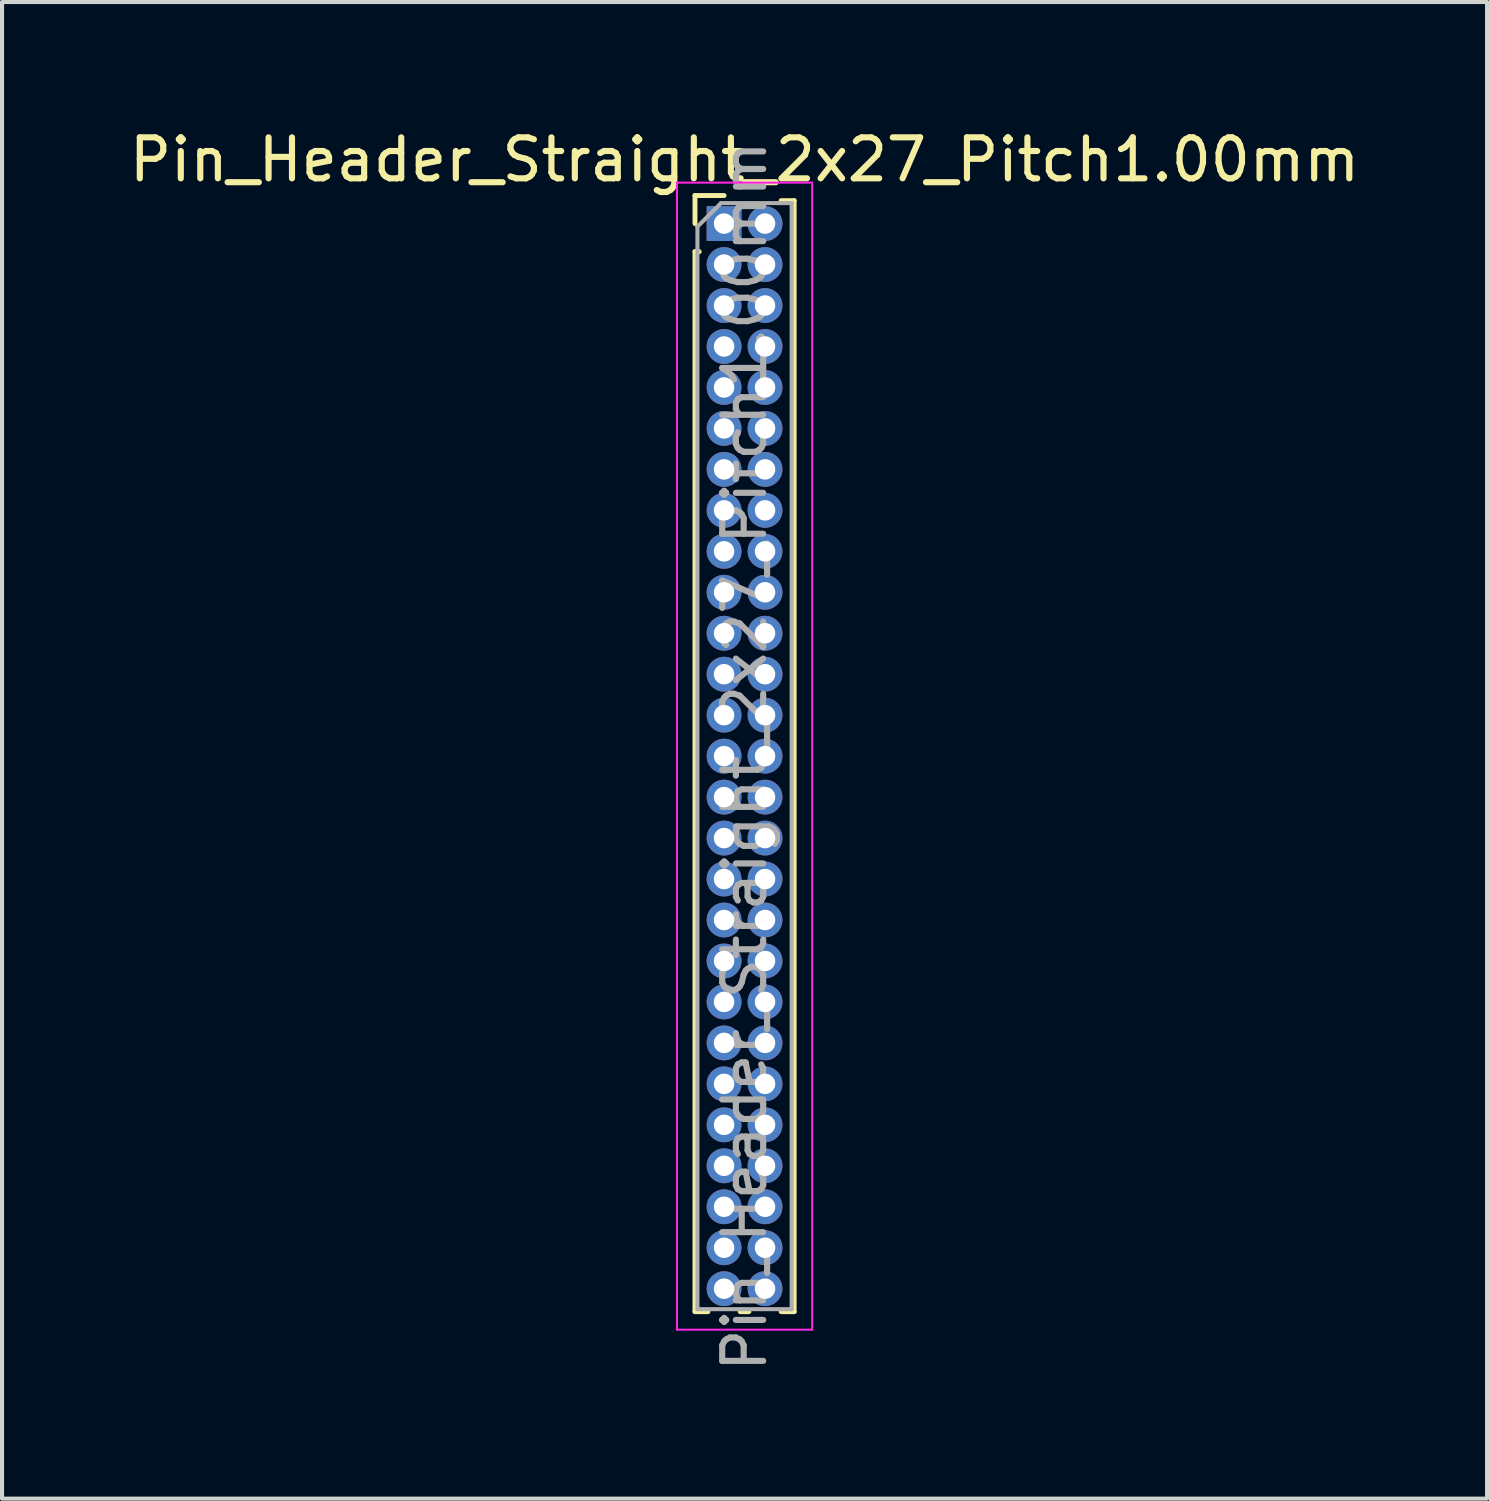
<source format=kicad_pcb>
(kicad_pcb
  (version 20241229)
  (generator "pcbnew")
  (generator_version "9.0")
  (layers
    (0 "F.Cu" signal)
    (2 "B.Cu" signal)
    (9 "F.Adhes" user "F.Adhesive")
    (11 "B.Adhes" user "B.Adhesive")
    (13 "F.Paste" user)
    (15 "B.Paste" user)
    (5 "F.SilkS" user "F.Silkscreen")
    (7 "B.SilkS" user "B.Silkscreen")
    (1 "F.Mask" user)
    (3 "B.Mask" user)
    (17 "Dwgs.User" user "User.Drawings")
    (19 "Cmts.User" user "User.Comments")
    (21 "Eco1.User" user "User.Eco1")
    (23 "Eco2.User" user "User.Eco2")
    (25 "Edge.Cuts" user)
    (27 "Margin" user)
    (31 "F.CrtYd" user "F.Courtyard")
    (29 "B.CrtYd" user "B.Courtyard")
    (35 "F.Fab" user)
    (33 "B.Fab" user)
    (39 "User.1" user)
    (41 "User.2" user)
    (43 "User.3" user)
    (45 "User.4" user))
  (footprint "Pin_Header_Straight_2x27_Pitch1.00mm"
    (layer "F.Cu")
    (at 14.625 2.408)
    (property "Reference" "Pin_Header_Straight_2x27_Pitch1.00mm" (at 0.5 -1.56 0) (layer "F.SilkS") (effects (font (size 1 1) (thickness 0.15))))
    (attr through_hole)
    (fp_line (start -0.71 -0.685) (end 0 -0.685) (stroke (width 0.12) (type solid)) (layer "F.SilkS"))
    (fp_line (start -0.71 0) (end -0.71 -0.685) (stroke (width 0.12) (type solid)) (layer "F.SilkS"))
    (fp_line (start -0.71 0.685) (end -0.71 26.56) (stroke (width 0.12) (type solid)) (layer "F.SilkS"))
    (fp_line (start -0.71 0.685) (end -0.608 0.685) (stroke (width 0.12) (type solid)) (layer "F.SilkS"))
    (fp_line (start -0.71 26.56) (end -0.394 26.56) (stroke (width 0.12) (type solid)) (layer "F.SilkS"))
    (fp_line (start 0.394 26.56) (end 0.606 26.56) (stroke (width 0.12) (type solid)) (layer "F.SilkS"))
    (fp_line (start 1.394 -0.56) (end 1.71 -0.56) (stroke (width 0.12) (type solid)) (layer "F.SilkS"))
    (fp_line (start 1.394 26.56) (end 1.71 26.56) (stroke (width 0.12) (type solid)) (layer "F.SilkS"))
    (fp_line (start 1.71 -0.56) (end 1.71 26.56) (stroke (width 0.12) (type solid)) (layer "F.SilkS"))
    (fp_line (start -1.15 -1) (end -1.15 27) (stroke (width 0.05) (type solid)) (layer "F.CrtYd"))
    (fp_line (start -1.15 27) (end 2.15 27) (stroke (width 0.05) (type solid)) (layer "F.CrtYd"))
    (fp_line (start 2.15 -1) (end -1.15 -1) (stroke (width 0.05) (type solid)) (layer "F.CrtYd"))
    (fp_line (start 2.15 27) (end 2.15 -1) (stroke (width 0.05) (type solid)) (layer "F.CrtYd"))
    (fp_line (start -0.65 0.075) (end -0.075 -0.5) (stroke (width 0.1) (type solid)) (layer "F.Fab"))
    (fp_line (start -0.65 26.5) (end -0.65 0.075) (stroke (width 0.1) (type solid)) (layer "F.Fab"))
    (fp_line (start -0.075 -0.5) (end 1.65 -0.5) (stroke (width 0.1) (type solid)) (layer "F.Fab"))
    (fp_line (start 1.65 -0.5) (end 1.65 26.5) (stroke (width 0.1) (type solid)) (layer "F.Fab"))
    (fp_line (start 1.65 26.5) (end -0.65 26.5) (stroke (width 0.1) (type solid)) (layer "F.Fab"))
    (fp_text user "${REFERENCE}" (at 0.5 13 90) (layer "F.Fab") (effects (font (size 1 1) (thickness 0.15))))
    (pad "1" thru_hole rect (at 0 0) (size 0.85 0.85) (drill 0.5) (layers "*.Cu" "*.Mask"))
    (pad "2" thru_hole oval (at 1 0) (size 0.85 0.85) (drill 0.5) (layers "*.Cu" "*.Mask"))
    (pad "3" thru_hole oval (at 0 1) (size 0.85 0.85) (drill 0.5) (layers "*.Cu" "*.Mask"))
    (pad "4" thru_hole oval (at 1 1) (size 0.85 0.85) (drill 0.5) (layers "*.Cu" "*.Mask"))
    (pad "5" thru_hole oval (at 0 2) (size 0.85 0.85) (drill 0.5) (layers "*.Cu" "*.Mask"))
    (pad "6" thru_hole oval (at 1 2) (size 0.85 0.85) (drill 0.5) (layers "*.Cu" "*.Mask"))
    (pad "7" thru_hole oval (at 0 3) (size 0.85 0.85) (drill 0.5) (layers "*.Cu" "*.Mask"))
    (pad "8" thru_hole oval (at 1 3) (size 0.85 0.85) (drill 0.5) (layers "*.Cu" "*.Mask"))
    (pad "9" thru_hole oval (at 0 4) (size 0.85 0.85) (drill 0.5) (layers "*.Cu" "*.Mask"))
    (pad "10" thru_hole oval (at 1 4) (size 0.85 0.85) (drill 0.5) (layers "*.Cu" "*.Mask"))
    (pad "11" thru_hole oval (at 0 5) (size 0.85 0.85) (drill 0.5) (layers "*.Cu" "*.Mask"))
    (pad "12" thru_hole oval (at 1 5) (size 0.85 0.85) (drill 0.5) (layers "*.Cu" "*.Mask"))
    (pad "13" thru_hole oval (at 0 6) (size 0.85 0.85) (drill 0.5) (layers "*.Cu" "*.Mask"))
    (pad "14" thru_hole oval (at 1 6) (size 0.85 0.85) (drill 0.5) (layers "*.Cu" "*.Mask"))
    (pad "15" thru_hole oval (at 0 7) (size 0.85 0.85) (drill 0.5) (layers "*.Cu" "*.Mask"))
    (pad "16" thru_hole oval (at 1 7) (size 0.85 0.85) (drill 0.5) (layers "*.Cu" "*.Mask"))
    (pad "17" thru_hole oval (at 0 8) (size 0.85 0.85) (drill 0.5) (layers "*.Cu" "*.Mask"))
    (pad "18" thru_hole oval (at 1 8) (size 0.85 0.85) (drill 0.5) (layers "*.Cu" "*.Mask"))
    (pad "19" thru_hole oval (at 0 9) (size 0.85 0.85) (drill 0.5) (layers "*.Cu" "*.Mask"))
    (pad "20" thru_hole oval (at 1 9) (size 0.85 0.85) (drill 0.5) (layers "*.Cu" "*.Mask"))
    (pad "21" thru_hole oval (at 0 10) (size 0.85 0.85) (drill 0.5) (layers "*.Cu" "*.Mask"))
    (pad "22" thru_hole oval (at 1 10) (size 0.85 0.85) (drill 0.5) (layers "*.Cu" "*.Mask"))
    (pad "23" thru_hole oval (at 0 11) (size 0.85 0.85) (drill 0.5) (layers "*.Cu" "*.Mask"))
    (pad "24" thru_hole oval (at 1 11) (size 0.85 0.85) (drill 0.5) (layers "*.Cu" "*.Mask"))
    (pad "25" thru_hole oval (at 0 12) (size 0.85 0.85) (drill 0.5) (layers "*.Cu" "*.Mask"))
    (pad "26" thru_hole oval (at 1 12) (size 0.85 0.85) (drill 0.5) (layers "*.Cu" "*.Mask"))
    (pad "27" thru_hole oval (at 0 13) (size 0.85 0.85) (drill 0.5) (layers "*.Cu" "*.Mask"))
    (pad "28" thru_hole oval (at 1 13) (size 0.85 0.85) (drill 0.5) (layers "*.Cu" "*.Mask"))
    (pad "29" thru_hole oval (at 0 14) (size 0.85 0.85) (drill 0.5) (layers "*.Cu" "*.Mask"))
    (pad "30" thru_hole oval (at 1 14) (size 0.85 0.85) (drill 0.5) (layers "*.Cu" "*.Mask"))
    (pad "31" thru_hole oval (at 0 15) (size 0.85 0.85) (drill 0.5) (layers "*.Cu" "*.Mask"))
    (pad "32" thru_hole oval (at 1 15) (size 0.85 0.85) (drill 0.5) (layers "*.Cu" "*.Mask"))
    (pad "33" thru_hole oval (at 0 16) (size 0.85 0.85) (drill 0.5) (layers "*.Cu" "*.Mask"))
    (pad "34" thru_hole oval (at 1 16) (size 0.85 0.85) (drill 0.5) (layers "*.Cu" "*.Mask"))
    (pad "35" thru_hole oval (at 0 17) (size 0.85 0.85) (drill 0.5) (layers "*.Cu" "*.Mask"))
    (pad "36" thru_hole oval (at 1 17) (size 0.85 0.85) (drill 0.5) (layers "*.Cu" "*.Mask"))
    (pad "37" thru_hole oval (at 0 18) (size 0.85 0.85) (drill 0.5) (layers "*.Cu" "*.Mask"))
    (pad "38" thru_hole oval (at 1 18) (size 0.85 0.85) (drill 0.5) (layers "*.Cu" "*.Mask"))
    (pad "39" thru_hole oval (at 0 19) (size 0.85 0.85) (drill 0.5) (layers "*.Cu" "*.Mask"))
    (pad "40" thru_hole oval (at 1 19) (size 0.85 0.85) (drill 0.5) (layers "*.Cu" "*.Mask"))
    (pad "41" thru_hole oval (at 0 20) (size 0.85 0.85) (drill 0.5) (layers "*.Cu" "*.Mask"))
    (pad "42" thru_hole oval (at 1 20) (size 0.85 0.85) (drill 0.5) (layers "*.Cu" "*.Mask"))
    (pad "43" thru_hole oval (at 0 21) (size 0.85 0.85) (drill 0.5) (layers "*.Cu" "*.Mask"))
    (pad "44" thru_hole oval (at 1 21) (size 0.85 0.85) (drill 0.5) (layers "*.Cu" "*.Mask"))
    (pad "45" thru_hole oval (at 0 22) (size 0.85 0.85) (drill 0.5) (layers "*.Cu" "*.Mask"))
    (pad "46" thru_hole oval (at 1 22) (size 0.85 0.85) (drill 0.5) (layers "*.Cu" "*.Mask"))
    (pad "47" thru_hole oval (at 0 23) (size 0.85 0.85) (drill 0.5) (layers "*.Cu" "*.Mask"))
    (pad "48" thru_hole oval (at 1 23) (size 0.85 0.85) (drill 0.5) (layers "*.Cu" "*.Mask"))
    (pad "49" thru_hole oval (at 0 24) (size 0.85 0.85) (drill 0.5) (layers "*.Cu" "*.Mask"))
    (pad "50" thru_hole oval (at 1 24) (size 0.85 0.85) (drill 0.5) (layers "*.Cu" "*.Mask"))
    (pad "51" thru_hole oval (at 0 25) (size 0.85 0.85) (drill 0.5) (layers "*.Cu" "*.Mask"))
    (pad "52" thru_hole oval (at 1 25) (size 0.85 0.85) (drill 0.5) (layers "*.Cu" "*.Mask"))
    (pad "53" thru_hole oval (at 0 26) (size 0.85 0.85) (drill 0.5) (layers "*.Cu" "*.Mask"))
    (pad "54" thru_hole oval (at 1 26) (size 0.85 0.85) (drill 0.5) (layers "*.Cu" "*.Mask")))
  (gr_rect
    (start -3 -3)
    (end 33.25 33.533)
    (stroke (width 0.1) (type default))
    (fill no)
    (layer "Edge.Cuts")))
</source>
